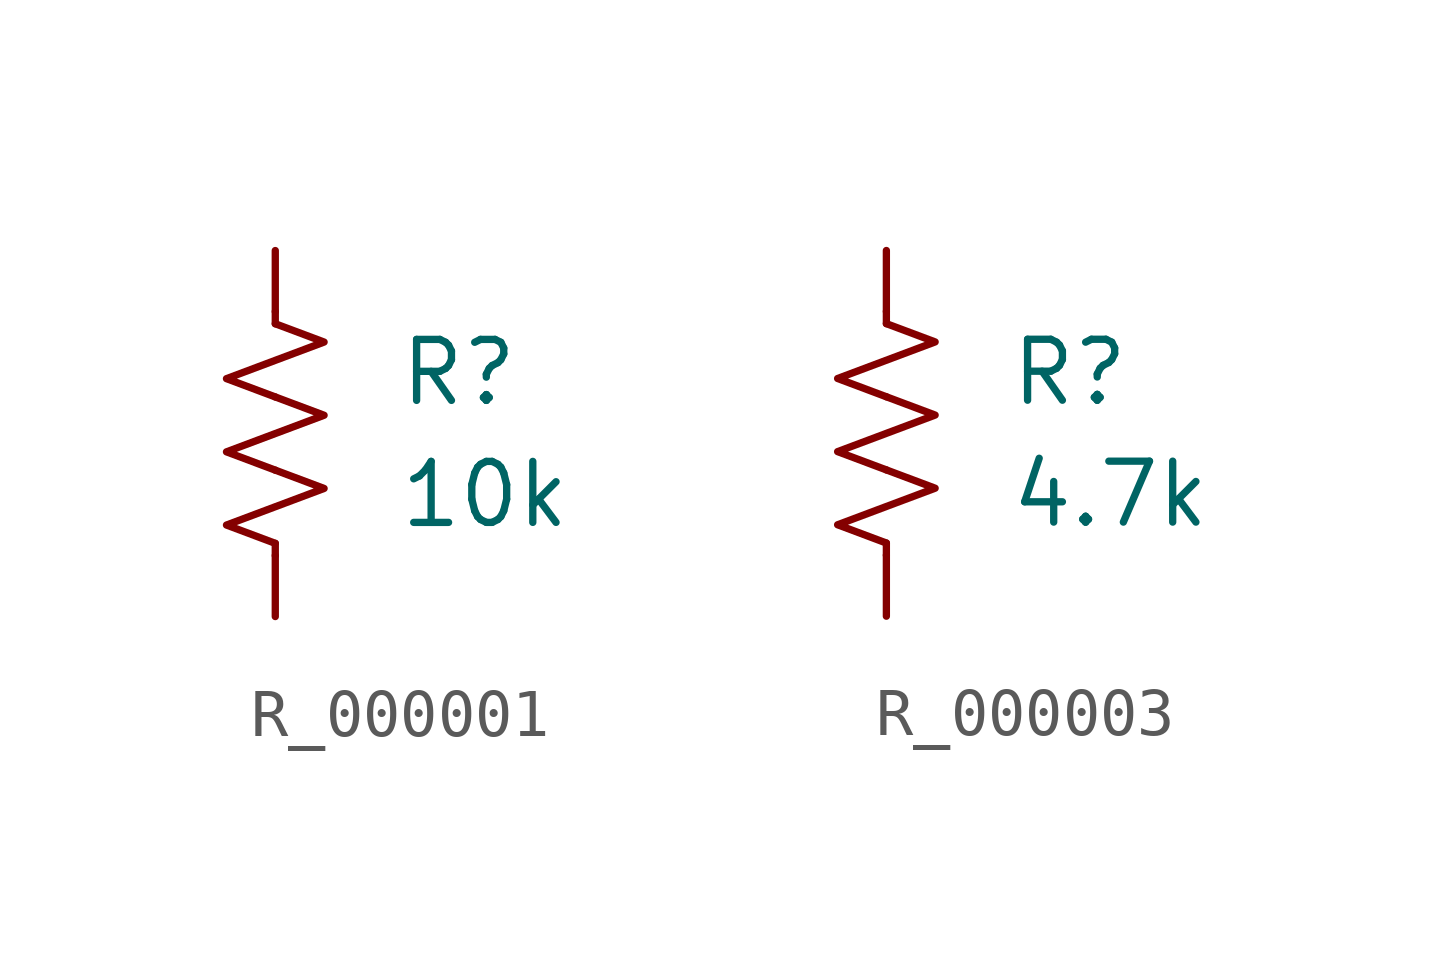
<source format=kicad_sym>
(kicad_symbol_lib
  (version 20231120)
  (generator "kicad_symbol_editor")
  (generator_version "8.0")
  (symbol "R_000001"
    (pin_numbers hide)
    (pin_names
      (offset 0))
    (property "Reference" "R"
      (at 2.54 1.27 0)
      (effects (font (size 1.27 1.27)) (justify left)))
    (property "Value" "10k"
      (at 2.54 -1.27 0)
      (effects (font (size 1.27 1.27)) (justify left)))
    (symbol "R_000001_0_1"
      (polyline (pts (xy 0 -2.286) (xy 0 -2.54)) (stroke (width 0) (type default)) (fill (type none)))
      (polyline (pts (xy 0 2.286) (xy 0 2.54)) (stroke (width 0) (type default)) (fill (type none)))
      (polyline (pts (xy 0 -0.762) (xy 1.016 -1.143) (xy 0 -1.524) (xy -1.016 -1.905) (xy 0 -2.286)) (stroke (width 0) (type default)) (fill (type none)))
      (polyline (pts (xy 0 0.762) (xy 1.016 0.381) (xy 0 0) (xy -1.016 -0.381) (xy 0 -0.762)) (stroke (width 0) (type default)) (fill (type none)))
      (polyline (pts (xy 0 2.286) (xy 1.016 1.905) (xy 0 1.524) (xy -1.016 1.143) (xy 0 0.762)) (stroke (width 0) (type default)) (fill (type none))))
    (symbol "R_000001_1_1"
      (pin passive line (at 0 3.81 270) (length 1.27) (name "~" (effects (font (size 1.27 1.27)))) (number "1" (effects (font (size 1.27 1.27)))))
      (pin passive line (at 0 -3.81 90) (length 1.27) (name "~" (effects (font (size 1.27 1.27)))) (number "2" (effects (font (size 1.27 1.27)))))))
  (symbol "R_000003"
    (pin_numbers hide)
    (pin_names
      (offset 0))
    (property "Reference" "R"
      (at 2.54 1.27 0)
      (effects (font (size 1.27 1.27)) (justify left)))
    (property "Value" "4.7k"
      (at 2.54 -1.27 0)
      (effects (font (size 1.27 1.27)) (justify left)))
    (symbol "R_000003_0_1"
      (polyline (pts (xy 0 -2.286) (xy 0 -2.54)) (stroke (width 0) (type default)) (fill (type none)))
      (polyline (pts (xy 0 2.286) (xy 0 2.54)) (stroke (width 0) (type default)) (fill (type none)))
      (polyline (pts (xy 0 -0.762) (xy 1.016 -1.143) (xy 0 -1.524) (xy -1.016 -1.905) (xy 0 -2.286)) (stroke (width 0) (type default)) (fill (type none)))
      (polyline (pts (xy 0 0.762) (xy 1.016 0.381) (xy 0 0) (xy -1.016 -0.381) (xy 0 -0.762)) (stroke (width 0) (type default)) (fill (type none)))
      (polyline (pts (xy 0 2.286) (xy 1.016 1.905) (xy 0 1.524) (xy -1.016 1.143) (xy 0 0.762)) (stroke (width 0) (type default)) (fill (type none))))
    (symbol "R_000003_1_1"
      (pin passive line (at 0 3.81 270) (length 1.27) (name "~" (effects (font (size 1.27 1.27)))) (number "1" (effects (font (size 1.27 1.27)))))
      (pin passive line (at 0 -3.81 90) (length 1.27) (name "~" (effects (font (size 1.27 1.27)))) (number "2" (effects (font (size 1.27 1.27))))))))
</source>
